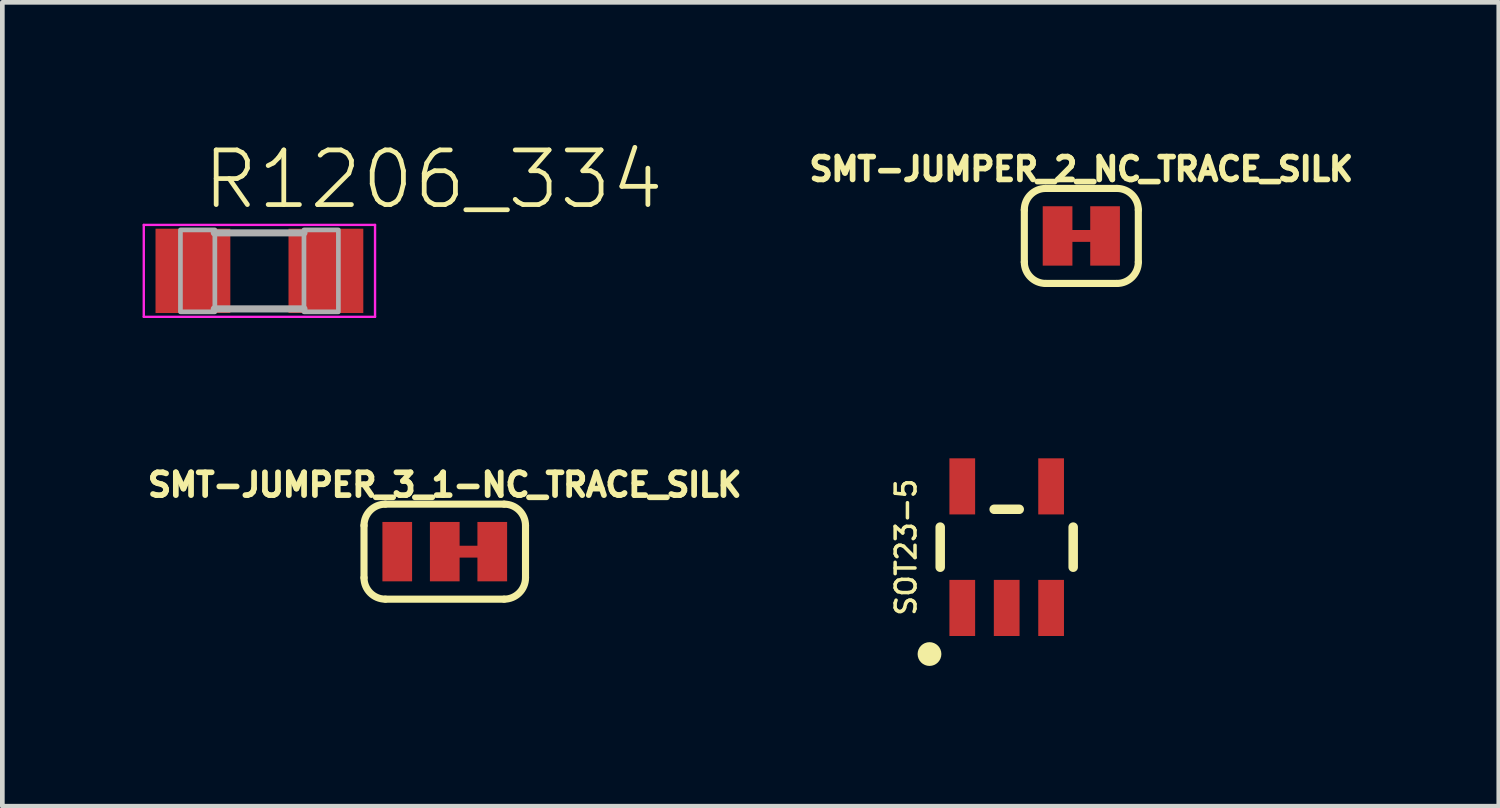
<source format=kicad_pcb>
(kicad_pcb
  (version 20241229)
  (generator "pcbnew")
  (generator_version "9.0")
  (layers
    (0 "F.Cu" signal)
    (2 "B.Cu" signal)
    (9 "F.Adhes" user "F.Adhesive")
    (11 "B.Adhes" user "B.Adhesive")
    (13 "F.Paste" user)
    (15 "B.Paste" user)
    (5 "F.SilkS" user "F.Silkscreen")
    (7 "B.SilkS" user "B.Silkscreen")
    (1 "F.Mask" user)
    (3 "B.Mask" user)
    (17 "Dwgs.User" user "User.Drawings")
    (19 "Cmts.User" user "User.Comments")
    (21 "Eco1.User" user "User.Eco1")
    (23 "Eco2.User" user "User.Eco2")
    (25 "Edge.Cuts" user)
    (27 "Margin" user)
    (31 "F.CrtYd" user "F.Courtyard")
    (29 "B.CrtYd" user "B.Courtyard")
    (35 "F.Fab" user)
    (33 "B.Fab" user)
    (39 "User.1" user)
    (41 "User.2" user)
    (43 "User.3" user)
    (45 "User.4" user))
  (footprint "SMT-JUMPER_3_1-NC_TRACE_SILK"
    (layer "F.Cu")
    (at 6.462 8.748)
    (property "Reference" "SMT-JUMPER_3_1-NC_TRACE_SILK" (at 0 -1.143 0) (unlocked yes) (layer "F.SilkS") (effects (font (size 0.488 0.488) (thickness 0.122)) (justify bottom)))
    (fp_line (start 0 0) (end 1.016 0) (stroke (width 0.254) (type solid)) (layer "F.Cu"))
    (fp_poly (pts (xy 0.762 0.191) (xy 0.254 0.191) (xy 0.254 -0.191) (xy 0.762 -0.191)) (stroke (width 0) (type default)) (fill yes) (layer "F.Mask"))
    (fp_line (start -1.727 0.559) (end -1.727 -0.559) (stroke (width 0.152) (type solid)) (layer "F.SilkS"))
    (fp_line (start -1.27 -1.016) (end 1.27 -1.016) (stroke (width 0.152) (type solid)) (layer "F.SilkS"))
    (fp_line (start 1.27 1.016) (end -1.27 1.016) (stroke (width 0.152) (type solid)) (layer "F.SilkS"))
    (fp_line (start 1.727 0.559) (end 1.727 -0.559) (stroke (width 0.152) (type solid)) (layer "F.SilkS"))
    (fp_arc (start -1.7272 -0.5588) (mid -1.593289 -0.882089) (end -1.27 -1.016) (stroke (width 0.1524) (type solid)) (layer "F.SilkS"))
    (fp_arc (start -1.27 1.016) (mid -1.593289 0.882089) (end -1.7272 0.5588) (stroke (width 0.1524) (type solid)) (layer "F.SilkS"))
    (fp_arc (start 1.27 -1.016) (mid 1.593289 -0.882089) (end 1.7272 -0.5588) (stroke (width 0.1524) (type solid)) (layer "F.SilkS"))
    (fp_arc (start 1.7272 0.5588) (mid 1.593289 0.882089) (end 1.27 1.016) (stroke (width 0.1524) (type solid)) (layer "F.SilkS"))
    (pad "1" smd rect (at -1.016 0) (size 0.635 1.27) (layers "F.Cu" "F.Mask"))
    (pad "2" smd rect (at 0 0) (size 0.635 1.27) (layers "F.Cu" "F.Mask"))
    (pad "3" smd rect (at 1.016 0) (size 0.635 1.27) (layers "F.Cu" "F.Mask")))
  (footprint "R1206_334"
    (layer "F.Cu")
    (at 2.498 2.743)
    (property "Reference" "R1206_334" (at -1.27 -1.27 0) (unlocked yes) (layer "F.SilkS") (effects (font (size 1.168 1.168) (thickness 0.102)) (justify left bottom)))
    (fp_line (start -2.473 -0.983) (end 2.473 -0.983) (stroke (width 0.051) (type solid)) (layer "F.CrtYd"))
    (fp_line (start -2.473 0.983) (end -2.473 -0.983) (stroke (width 0.051) (type solid)) (layer "F.CrtYd"))
    (fp_line (start 2.473 -0.983) (end 2.473 0.983) (stroke (width 0.051) (type solid)) (layer "F.CrtYd"))
    (fp_line (start 2.473 0.983) (end -2.473 0.983) (stroke (width 0.051) (type solid)) (layer "F.CrtYd"))
    (fp_line (start 0.953 -0.813) (end -0.965 -0.813) (stroke (width 0.152) (type solid)) (layer "F.Fab"))
    (fp_line (start 0.953 0.813) (end -0.965 0.813) (stroke (width 0.152) (type solid)) (layer "F.Fab"))
    (fp_poly (pts (xy -1.689 0.876) (xy -0.953 0.876) (xy -0.953 -0.876) (xy -1.689 -0.876)) (stroke (width 0.1) (type default)) (fill no) (layer "F.Fab"))
    (fp_poly (pts (xy 0.953 0.876) (xy 1.689 0.876) (xy 1.689 -0.876) (xy 0.953 -0.876)) (stroke (width 0.1) (type default)) (fill no) (layer "F.Fab"))
    (pad "1" smd rect (at -1.422 0) (size 1.6 1.803) (layers "F.Cu" "F.Mask" "F.Paste"))
    (pad "2" smd rect (at 1.422 0) (size 1.6 1.803) (layers "F.Cu" "F.Mask" "F.Paste")))
  (footprint "SMT-JUMPER_2_NC_TRACE_SILK"
    (layer "F.Cu")
    (at 20.076 1.996)
    (property "Reference" "SMT-JUMPER_2_NC_TRACE_SILK" (at 0 -1.143 0) (unlocked yes) (layer "F.SilkS") (effects (font (size 0.488 0.488) (thickness 0.122)) (justify bottom)))
    (fp_line (start -0.508 0) (end 0.508 0) (stroke (width 0.254) (type solid)) (layer "F.Cu"))
    (fp_poly (pts (xy 0.254 0.191) (xy -0.254 0.191) (xy -0.254 -0.191) (xy 0.254 -0.191)) (stroke (width 0) (type default)) (fill yes) (layer "F.Mask"))
    (fp_line (start -1.219 0.559) (end -1.219 -0.559) (stroke (width 0.152) (type solid)) (layer "F.SilkS"))
    (fp_line (start -0.762 -1.016) (end 0.762 -1.016) (stroke (width 0.152) (type solid)) (layer "F.SilkS"))
    (fp_line (start 0.762 1.016) (end -0.762 1.016) (stroke (width 0.152) (type solid)) (layer "F.SilkS"))
    (fp_line (start 1.219 0.559) (end 1.219 -0.559) (stroke (width 0.152) (type solid)) (layer "F.SilkS"))
    (fp_arc (start -1.2192 -0.5588) (mid -1.085289 -0.882089) (end -0.762 -1.016) (stroke (width 0.1524) (type solid)) (layer "F.SilkS"))
    (fp_arc (start -0.762 1.016) (mid -1.085289 0.882089) (end -1.2192 0.5588) (stroke (width 0.1524) (type solid)) (layer "F.SilkS"))
    (fp_arc (start 0.762 -1.016) (mid 1.085289 -0.882089) (end 1.2192 -0.5588) (stroke (width 0.1524) (type solid)) (layer "F.SilkS"))
    (fp_arc (start 1.2192 0.5588) (mid 1.085289 0.882089) (end 0.762 1.016) (stroke (width 0.1524) (type solid)) (layer "F.SilkS"))
    (pad "1" smd rect (at -0.508 0) (size 0.635 1.27) (layers "F.Cu" "F.Mask"))
    (pad "2" smd rect (at 0.508 0) (size 0.635 1.27) (layers "F.Cu" "F.Mask")))
  (footprint "SOT23-5"
    (layer "F.Cu")
    (at 18.48 8.652)
    (property "Reference" "SOT23-5" (at -1.905 0 90) (unlocked yes) (layer "F.SilkS") (effects (font (size 0.425 0.425) (thickness 0.075)) (justify bottom)))
    (fp_line (start -1.422 0.429) (end -1.422 -0.429) (stroke (width 0.203) (type solid)) (layer "F.SilkS"))
    (fp_line (start -0.268 -0.81) (end 0.268 -0.81) (stroke (width 0.203) (type solid)) (layer "F.SilkS"))
    (fp_line (start 1.422 -0.429) (end 1.422 0.429) (stroke (width 0.203) (type solid)) (layer "F.SilkS"))
    (fp_circle (center -1.651 2.286) (end -1.524 2.286) (stroke (width 0.254) (type solid)) (fill no) (layer "F.SilkS"))
    (pad "1" smd rect (at -0.95 1.3) (size 0.55 1.2) (layers "F.Cu" "F.Mask" "F.Paste"))
    (pad "2" smd rect (at 0 1.3) (size 0.55 1.2) (layers "F.Cu" "F.Mask" "F.Paste"))
    (pad "3" smd rect (at 0.95 1.3) (size 0.55 1.2) (layers "F.Cu" "F.Mask" "F.Paste"))
    (pad "4" smd rect (at 0.95 -1.3) (size 0.55 1.2) (layers "F.Cu" "F.Mask" "F.Paste"))
    (pad "5" smd rect (at -0.95 -1.3) (size 0.55 1.2) (layers "F.Cu" "F.Mask" "F.Paste")))
  (gr_rect
    (start -3 -3)
    (end 29.004 14.192)
    (stroke (width 0.1) (type default))
    (fill no)
    (layer "Edge.Cuts")))
</source>
